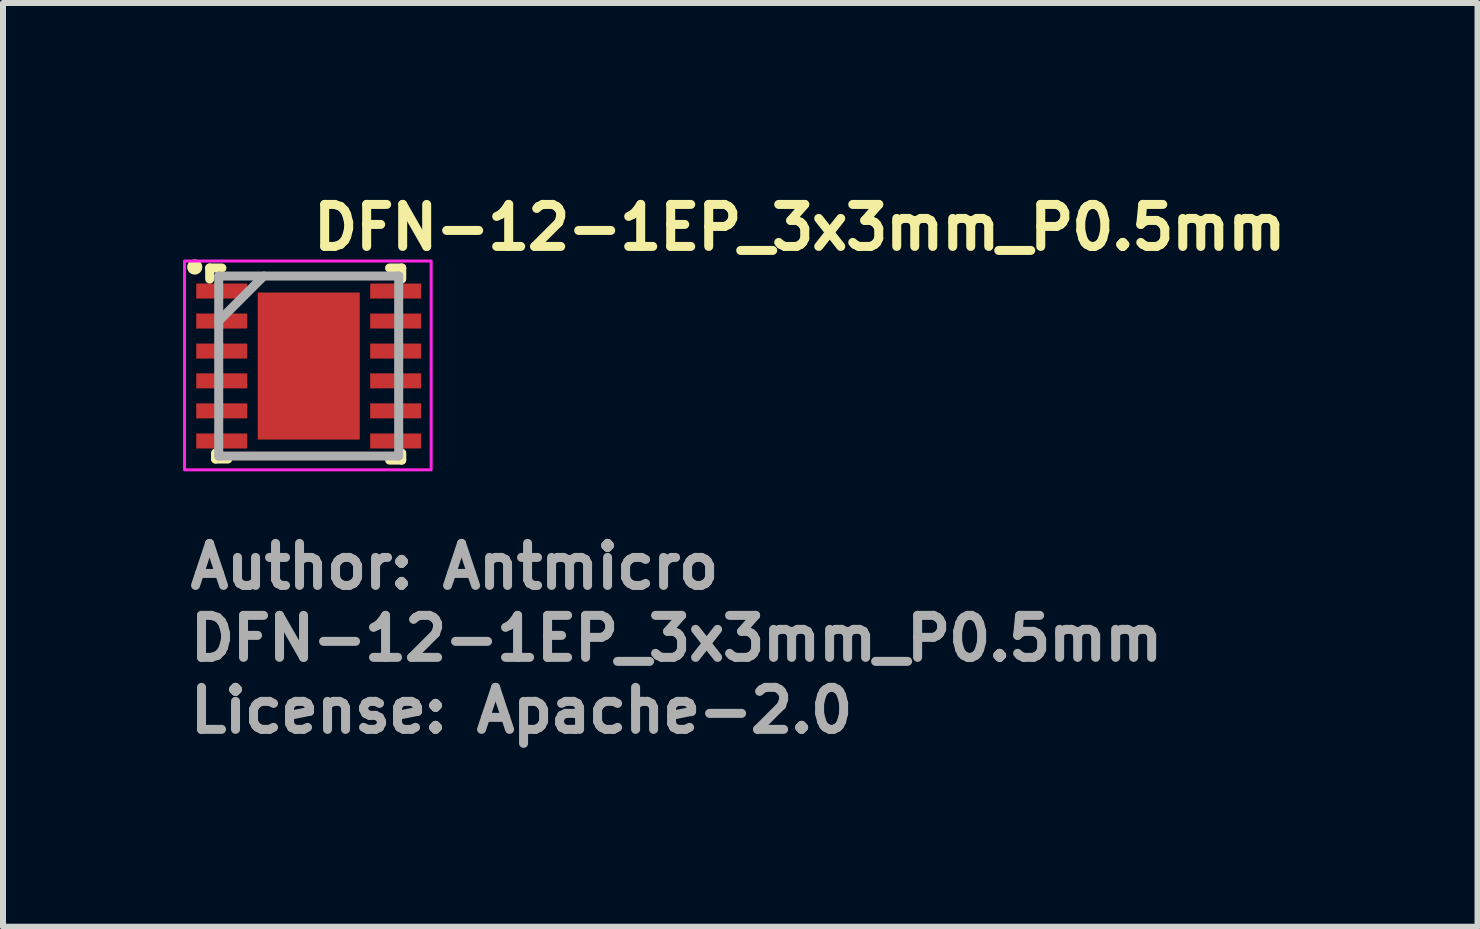
<source format=kicad_pcb>
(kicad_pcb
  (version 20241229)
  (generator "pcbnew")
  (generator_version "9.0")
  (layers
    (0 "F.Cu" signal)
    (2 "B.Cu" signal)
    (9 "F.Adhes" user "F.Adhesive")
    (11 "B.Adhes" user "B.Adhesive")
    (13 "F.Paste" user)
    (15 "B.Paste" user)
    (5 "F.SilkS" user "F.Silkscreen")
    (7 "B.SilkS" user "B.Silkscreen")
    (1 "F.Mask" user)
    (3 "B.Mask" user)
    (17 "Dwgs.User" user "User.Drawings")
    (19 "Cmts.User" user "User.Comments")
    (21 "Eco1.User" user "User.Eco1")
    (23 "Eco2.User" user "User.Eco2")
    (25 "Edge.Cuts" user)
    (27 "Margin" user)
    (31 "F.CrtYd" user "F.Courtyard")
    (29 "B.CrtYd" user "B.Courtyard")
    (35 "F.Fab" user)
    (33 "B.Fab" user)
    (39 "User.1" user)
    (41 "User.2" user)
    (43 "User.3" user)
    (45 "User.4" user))
  (footprint "DFN-12-1EP_3x3mm_P0.5mm"
    (layer "F.Cu")
    (at 2.095 3.05)
    (property "Reference" "DFN-12-1EP_3x3mm_P0.5mm" (at 0 -1.9 0) (layer "F.SilkS") (effects (font (size 0.7 0.7) (thickness 0.15)) (justify left bottom)))
    (attr smd)
    (fp_line (start -1.651 -1.634) (end -1.651 -1.45) (stroke (width 0.15) (type solid)) (layer "F.SilkS"))
    (fp_line (start -1.651 -1.634) (end -1.447 -1.634) (stroke (width 0.15) (type solid)) (layer "F.SilkS"))
    (fp_line (start -1.553 1.55) (end -1.553 1.45) (stroke (width 0.15) (type solid)) (layer "F.SilkS"))
    (fp_line (start -1.35 1.55) (end -1.553 1.55) (stroke (width 0.15) (type solid)) (layer "F.SilkS"))
    (fp_line (start 1.55 -1.634) (end 1.347 -1.634) (stroke (width 0.15) (type solid)) (layer "F.SilkS"))
    (fp_line (start 1.55 -1.634) (end 1.55 -1.45) (stroke (width 0.15) (type solid)) (layer "F.SilkS"))
    (fp_line (start 1.55 1.567) (end 1.347 1.567) (stroke (width 0.15) (type solid)) (layer "F.SilkS"))
    (fp_line (start 1.55 1.567) (end 1.55 1.45) (stroke (width 0.15) (type solid)) (layer "F.SilkS"))
    (fp_circle (center -1.9 -1.65) (end -1.849 -1.65) (stroke (width 0.15) (type solid)) (fill yes) (layer "F.SilkS"))
    (fp_rect (start -0.725 -1) (end -0.176 -0.201) (stroke (width 0.05) (type solid)) (fill yes) (layer "F.Paste"))
    (fp_rect (start -0.725 0.2) (end -0.176 0.999) (stroke (width 0.05) (type solid)) (fill yes) (layer "F.Paste"))
    (fp_rect (start 0.175 -1) (end 0.724 -0.201) (stroke (width 0.05) (type solid)) (fill yes) (layer "F.Paste"))
    (fp_rect (start 0.175 0.2) (end 0.724 0.999) (stroke (width 0.05) (type solid)) (fill yes) (layer "F.Paste"))
    (fp_rect (start -2.07 -1.75) (end 2.04 1.73) (stroke (width 0.05) (type solid)) (fill no) (layer "F.CrtYd"))
    (fp_line (start -1.5 -1.5) (end 1.499 -1.5) (stroke (width 0.15) (type solid)) (layer "F.Fab"))
    (fp_line (start -1.5 -0.75) (end -0.75 -1.5) (stroke (width 0.15) (type solid)) (layer "F.Fab"))
    (fp_line (start -1.5 1.499) (end -1.5 -1.5) (stroke (width 0.15) (type solid)) (layer "F.Fab"))
    (fp_line (start 1.499 -1.5) (end 1.499 1.499) (stroke (width 0.15) (type solid)) (layer "F.Fab"))
    (fp_line (start 1.499 1.499) (end -1.5 1.499) (stroke (width 0.15) (type solid)) (layer "F.Fab"))
    (fp_rect (start -1.551 -1.5) (end 1.55 1.499) (stroke (width 0.1) (type solid)) (fill no) (layer "User.5"))
    (fp_rect (start -1.551 -1.5) (end 1.55 1.499) (stroke (width 0.1) (type solid)) (fill no) (layer "User.5"))
    (fp_line (start -1.551 -1.365) (end -1.5 -1.365) (stroke (width 0.02) (type solid)) (layer "User.9"))
    (fp_line (start -1.551 -1.135) (end -1.551 -1.365) (stroke (width 0.02) (type solid)) (layer "User.9"))
    (fp_line (start -1.551 -1.135) (end -1.5 -1.135) (stroke (width 0.02) (type solid)) (layer "User.9"))
    (fp_line (start -1.551 -0.865) (end -1.5 -0.865) (stroke (width 0.02) (type solid)) (layer "User.9"))
    (fp_line (start -1.551 -0.635) (end -1.551 -0.865) (stroke (width 0.02) (type solid)) (layer "User.9"))
    (fp_line (start -1.551 -0.635) (end -1.5 -0.635) (stroke (width 0.02) (type solid)) (layer "User.9"))
    (fp_line (start -1.551 -0.365) (end -1.5 -0.365) (stroke (width 0.02) (type solid)) (layer "User.9"))
    (fp_line (start -1.551 -0.138) (end -1.551 -0.365) (stroke (width 0.02) (type solid)) (layer "User.9"))
    (fp_line (start -1.551 -0.138) (end -1.5 -0.138) (stroke (width 0.02) (type solid)) (layer "User.9"))
    (fp_line (start -1.551 0.135) (end -1.5 0.135) (stroke (width 0.02) (type solid)) (layer "User.9"))
    (fp_line (start -1.551 0.362) (end -1.551 0.135) (stroke (width 0.02) (type solid)) (layer "User.9"))
    (fp_line (start -1.551 0.362) (end -1.5 0.362) (stroke (width 0.02) (type solid)) (layer "User.9"))
    (fp_line (start -1.551 0.632) (end -1.5 0.632) (stroke (width 0.02) (type solid)) (layer "User.9"))
    (fp_line (start -1.551 0.862) (end -1.551 0.632) (stroke (width 0.02) (type solid)) (layer "User.9"))
    (fp_line (start -1.551 0.862) (end -1.5 0.862) (stroke (width 0.02) (type solid)) (layer "User.9"))
    (fp_line (start -1.551 1.134) (end -1.5 1.134) (stroke (width 0.02) (type solid)) (layer "User.9"))
    (fp_line (start -1.551 1.296) (end -1.602 1.296) (stroke (width 0.02) (type solid)) (layer "User.9"))
    (fp_line (start -1.551 1.364) (end -1.551 1.134) (stroke (width 0.02) (type solid)) (layer "User.9"))
    (fp_line (start -1.551 1.364) (end -1.5 1.364) (stroke (width 0.02) (type solid)) (layer "User.9"))
    (fp_line (start -1.5 -1.5) (end 1.499 -1.5) (stroke (width 0.02) (type solid)) (layer "User.9"))
    (fp_line (start -1.5 1.499) (end -1.5 -1.5) (stroke (width 0.02) (type solid)) (layer "User.9"))
    (fp_line (start -1.5 1.499) (end 1.499 1.499) (stroke (width 0.02) (type solid)) (layer "User.9"))
    (fp_line (start -1.313 -1.145) (end -1.313 -1.135) (stroke (width 0.02) (type solid)) (layer "User.9"))
    (fp_line (start -1.313 -1.135) (end -1.313 -1.125) (stroke (width 0.02) (type solid)) (layer "User.9"))
    (fp_line (start -1.313 -1.125) (end -1.313 -1.125) (stroke (width 0.02) (type solid)) (layer "User.9"))
    (fp_line (start -1.313 -1.125) (end -1.313 -1.117) (stroke (width 0.02) (type solid)) (layer "User.9"))
    (fp_line (start -1.313 -1.117) (end -1.313 -1.107) (stroke (width 0.02) (type solid)) (layer "User.9"))
    (fp_line (start -1.313 -1.107) (end -1.311 -1.097) (stroke (width 0.02) (type solid)) (layer "User.9"))
    (fp_line (start -1.311 -1.154) (end -1.313 -1.145) (stroke (width 0.02) (type solid)) (layer "User.9"))
    (fp_line (start -1.311 -1.097) (end -1.309 -1.089) (stroke (width 0.02) (type solid)) (layer "User.9"))
    (fp_line (start -1.309 -1.164) (end -1.311 -1.154) (stroke (width 0.02) (type solid)) (layer "User.9"))
    (fp_line (start -1.309 -1.089) (end -1.307 -1.079) (stroke (width 0.02) (type solid)) (layer "User.9"))
    (fp_line (start -1.307 -1.172) (end -1.309 -1.164) (stroke (width 0.02) (type solid)) (layer "User.9"))
    (fp_line (start -1.307 -1.079) (end -1.305 -1.071) (stroke (width 0.02) (type solid)) (layer "User.9"))
    (fp_line (start -1.305 -1.182) (end -1.307 -1.172) (stroke (width 0.02) (type solid)) (layer "User.9"))
    (fp_line (start -1.305 -1.071) (end -1.303 -1.061) (stroke (width 0.02) (type solid)) (layer "User.9"))
    (fp_line (start -1.303 -1.19) (end -1.305 -1.182) (stroke (width 0.02) (type solid)) (layer "User.9"))
    (fp_line (start -1.303 -1.061) (end -1.299 -1.053) (stroke (width 0.02) (type solid)) (layer "User.9"))
    (fp_line (start -1.299 -1.198) (end -1.303 -1.19) (stroke (width 0.02) (type solid)) (layer "User.9"))
    (fp_line (start -1.299 -1.053) (end -1.295 -1.045) (stroke (width 0.02) (type solid)) (layer "User.9"))
    (fp_line (start -1.295 -1.208) (end -1.299 -1.198) (stroke (width 0.02) (type solid)) (layer "User.9"))
    (fp_line (start -1.295 -1.045) (end -1.291 -1.037) (stroke (width 0.02) (type solid)) (layer "User.9"))
    (fp_line (start -1.291 -1.216) (end -1.295 -1.208) (stroke (width 0.02) (type solid)) (layer "User.9"))
    (fp_line (start -1.291 -1.037) (end -1.287 -1.029) (stroke (width 0.02) (type solid)) (layer "User.9"))
    (fp_line (start -1.287 -1.224) (end -1.291 -1.216) (stroke (width 0.02) (type solid)) (layer "User.9"))
    (fp_line (start -1.287 -1.029) (end -1.281 -1.022) (stroke (width 0.02) (type solid)) (layer "User.9"))
    (fp_line (start -1.281 -1.23) (end -1.287 -1.224) (stroke (width 0.02) (type solid)) (layer "User.9"))
    (fp_line (start -1.281 -1.022) (end -1.276 -1.014) (stroke (width 0.02) (type solid)) (layer "User.9"))
    (fp_line (start -1.276 -1.238) (end -1.281 -1.23) (stroke (width 0.02) (type solid)) (layer "User.9"))
    (fp_line (start -1.276 -1.014) (end -1.27 -1.006) (stroke (width 0.02) (type solid)) (layer "User.9"))
    (fp_line (start -1.27 -1.246) (end -1.276 -1.238) (stroke (width 0.02) (type solid)) (layer "User.9"))
    (fp_line (start -1.27 -1.006) (end -1.264 -0.999) (stroke (width 0.02) (type solid)) (layer "User.9"))
    (fp_line (start -1.264 -1.252) (end -1.27 -1.246) (stroke (width 0.02) (type solid)) (layer "User.9"))
    (fp_line (start -1.264 -0.999) (end -1.258 -0.993) (stroke (width 0.02) (type solid)) (layer "User.9"))
    (fp_line (start -1.258 -1.258) (end -1.264 -1.252) (stroke (width 0.02) (type solid)) (layer "User.9"))
    (fp_line (start -1.258 -0.993) (end -1.252 -0.987) (stroke (width 0.02) (type solid)) (layer "User.9"))
    (fp_line (start -1.252 -1.264) (end -1.258 -1.258) (stroke (width 0.02) (type solid)) (layer "User.9"))
    (fp_line (start -1.252 -0.987) (end -1.246 -0.981) (stroke (width 0.02) (type solid)) (layer "User.9"))
    (fp_line (start -1.246 -1.27) (end -1.252 -1.264) (stroke (width 0.02) (type solid)) (layer "User.9"))
    (fp_line (start -1.246 -0.981) (end -1.238 -0.975) (stroke (width 0.02) (type solid)) (layer "User.9"))
    (fp_line (start -1.238 -1.276) (end -1.246 -1.27) (stroke (width 0.02) (type solid)) (layer "User.9"))
    (fp_line (start -1.238 -0.975) (end -1.23 -0.97) (stroke (width 0.02) (type solid)) (layer "User.9"))
    (fp_line (start -1.23 -1.281) (end -1.238 -1.276) (stroke (width 0.02) (type solid)) (layer "User.9"))
    (fp_line (start -1.23 -0.97) (end -1.224 -0.965) (stroke (width 0.02) (type solid)) (layer "User.9"))
    (fp_line (start -1.224 -1.287) (end -1.23 -1.281) (stroke (width 0.02) (type solid)) (layer "User.9"))
    (fp_line (start -1.224 -0.965) (end -1.216 -0.961) (stroke (width 0.02) (type solid)) (layer "User.9"))
    (fp_line (start -1.216 -1.291) (end -1.224 -1.287) (stroke (width 0.02) (type solid)) (layer "User.9"))
    (fp_line (start -1.216 -0.961) (end -1.208 -0.958) (stroke (width 0.02) (type solid)) (layer "User.9"))
    (fp_line (start -1.208 -1.295) (end -1.216 -1.291) (stroke (width 0.02) (type solid)) (layer "User.9"))
    (fp_line (start -1.208 -0.958) (end -1.198 -0.955) (stroke (width 0.02) (type solid)) (layer "User.9"))
    (fp_line (start -1.198 -1.299) (end -1.208 -1.295) (stroke (width 0.02) (type solid)) (layer "User.9"))
    (fp_line (start -1.198 -0.955) (end -1.19 -0.951) (stroke (width 0.02) (type solid)) (layer "User.9"))
    (fp_line (start -1.19 -1.303) (end -1.198 -1.299) (stroke (width 0.02) (type solid)) (layer "User.9"))
    (fp_line (start -1.19 -0.951) (end -1.182 -0.948) (stroke (width 0.02) (type solid)) (layer "User.9"))
    (fp_line (start -1.182 -1.305) (end -1.19 -1.303) (stroke (width 0.02) (type solid)) (layer "User.9"))
    (fp_line (start -1.182 -0.948) (end -1.172 -0.946) (stroke (width 0.02) (type solid)) (layer "User.9"))
    (fp_line (start -1.172 -1.307) (end -1.182 -1.305) (stroke (width 0.02) (type solid)) (layer "User.9"))
    (fp_line (start -1.172 -0.946) (end -1.164 -0.944) (stroke (width 0.02) (type solid)) (layer "User.9"))
    (fp_line (start -1.164 -1.309) (end -1.172 -1.307) (stroke (width 0.02) (type solid)) (layer "User.9"))
    (fp_line (start -1.164 -0.944) (end -1.154 -0.942) (stroke (width 0.02) (type solid)) (layer "User.9"))
    (fp_line (start -1.154 -1.311) (end -1.164 -1.309) (stroke (width 0.02) (type solid)) (layer "User.9"))
    (fp_line (start -1.154 -0.942) (end -1.145 -0.941) (stroke (width 0.02) (type solid)) (layer "User.9"))
    (fp_line (start -1.145 -1.313) (end -1.154 -1.311) (stroke (width 0.02) (type solid)) (layer "User.9"))
    (fp_line (start -1.145 -0.941) (end -1.135 -0.94) (stroke (width 0.02) (type solid)) (layer "User.9"))
    (fp_line (start -1.135 -1.313) (end -1.145 -1.313) (stroke (width 0.02) (type solid)) (layer "User.9"))
    (fp_line (start -1.135 -0.94) (end -1.125 -0.94) (stroke (width 0.02) (type solid)) (layer "User.9"))
    (fp_line (start -1.125 -1.313) (end -1.135 -1.313) (stroke (width 0.02) (type solid)) (layer "User.9"))
    (fp_line (start -1.125 -1.313) (end -1.125 -1.313) (stroke (width 0.02) (type solid)) (layer "User.9"))
    (fp_line (start -1.125 -0.94) (end -1.125 -0.94) (stroke (width 0.02) (type solid)) (layer "User.9"))
    (fp_line (start -1.125 -0.94) (end -1.117 -0.94) (stroke (width 0.02) (type solid)) (layer "User.9"))
    (fp_line (start -1.117 -1.313) (end -1.125 -1.313) (stroke (width 0.02) (type solid)) (layer "User.9"))
    (fp_line (start -1.117 -0.94) (end -1.107 -0.941) (stroke (width 0.02) (type solid)) (layer "User.9"))
    (fp_line (start -1.107 -1.313) (end -1.117 -1.313) (stroke (width 0.02) (type solid)) (layer "User.9"))
    (fp_line (start -1.107 -0.941) (end -1.097 -0.942) (stroke (width 0.02) (type solid)) (layer "User.9"))
    (fp_line (start -1.097 -1.311) (end -1.107 -1.313) (stroke (width 0.02) (type solid)) (layer "User.9"))
    (fp_line (start -1.097 -0.942) (end -1.089 -0.944) (stroke (width 0.02) (type solid)) (layer "User.9"))
    (fp_line (start -1.089 -1.309) (end -1.097 -1.311) (stroke (width 0.02) (type solid)) (layer "User.9"))
    (fp_line (start -1.089 -0.944) (end -1.079 -0.946) (stroke (width 0.02) (type solid)) (layer "User.9"))
    (fp_line (start -1.079 -1.307) (end -1.089 -1.309) (stroke (width 0.02) (type solid)) (layer "User.9"))
    (fp_line (start -1.079 -0.946) (end -1.071 -0.948) (stroke (width 0.02) (type solid)) (layer "User.9"))
    (fp_line (start -1.071 -1.305) (end -1.079 -1.307) (stroke (width 0.02) (type solid)) (layer "User.9"))
    (fp_line (start -1.071 -0.948) (end -1.061 -0.951) (stroke (width 0.02) (type solid)) (layer "User.9"))
    (fp_line (start -1.061 -1.303) (end -1.071 -1.305) (stroke (width 0.02) (type solid)) (layer "User.9"))
    (fp_line (start -1.061 -0.951) (end -1.053 -0.955) (stroke (width 0.02) (type solid)) (layer "User.9"))
    (fp_line (start -1.053 -1.299) (end -1.061 -1.303) (stroke (width 0.02) (type solid)) (layer "User.9"))
    (fp_line (start -1.053 -0.955) (end -1.045 -0.958) (stroke (width 0.02) (type solid)) (layer "User.9"))
    (fp_line (start -1.045 -1.295) (end -1.053 -1.299) (stroke (width 0.02) (type solid)) (layer "User.9"))
    (fp_line (start -1.045 -0.958) (end -1.037 -0.961) (stroke (width 0.02) (type solid)) (layer "User.9"))
    (fp_line (start -1.037 -1.291) (end -1.045 -1.295) (stroke (width 0.02) (type solid)) (layer "User.9"))
    (fp_line (start -1.037 -0.961) (end -1.029 -0.965) (stroke (width 0.02) (type solid)) (layer "User.9"))
    (fp_line (start -1.029 -1.287) (end -1.037 -1.291) (stroke (width 0.02) (type solid)) (layer "User.9"))
    (fp_line (start -1.029 -0.965) (end -1.022 -0.97) (stroke (width 0.02) (type solid)) (layer "User.9"))
    (fp_line (start -1.022 -1.281) (end -1.029 -1.287) (stroke (width 0.02) (type solid)) (layer "User.9"))
    (fp_line (start -1.022 -0.97) (end -1.014 -0.975) (stroke (width 0.02) (type solid)) (layer "User.9"))
    (fp_line (start -1.014 -1.276) (end -1.022 -1.281) (stroke (width 0.02) (type solid)) (layer "User.9"))
    (fp_line (start -1.014 -0.975) (end -1.006 -0.981) (stroke (width 0.02) (type solid)) (layer "User.9"))
    (fp_line (start -1.006 -1.27) (end -1.014 -1.276) (stroke (width 0.02) (type solid)) (layer "User.9"))
    (fp_line (start -1.006 -0.981) (end -0.999 -0.987) (stroke (width 0.02) (type solid)) (layer "User.9"))
    (fp_line (start -0.999 -1.264) (end -1.006 -1.27) (stroke (width 0.02) (type solid)) (layer "User.9"))
    (fp_line (start -0.999 -0.987) (end -0.993 -0.993) (stroke (width 0.02) (type solid)) (layer "User.9"))
    (fp_line (start -0.993 -1.258) (end -0.999 -1.264) (stroke (width 0.02) (type solid)) (layer "User.9"))
    (fp_line (start -0.993 -0.993) (end -0.987 -0.999) (stroke (width 0.02) (type solid)) (layer "User.9"))
    (fp_line (start -0.987 -1.252) (end -0.993 -1.258) (stroke (width 0.02) (type solid)) (layer "User.9"))
    (fp_line (start -0.987 -0.999) (end -0.981 -1.006) (stroke (width 0.02) (type solid)) (layer "User.9"))
    (fp_line (start -0.981 -1.246) (end -0.987 -1.252) (stroke (width 0.02) (type solid)) (layer "User.9"))
    (fp_line (start -0.981 -1.006) (end -0.975 -1.014) (stroke (width 0.02) (type solid)) (layer "User.9"))
    (fp_line (start -0.975 -1.238) (end -0.981 -1.246) (stroke (width 0.02) (type solid)) (layer "User.9"))
    (fp_line (start -0.975 -1.014) (end -0.97 -1.022) (stroke (width 0.02) (type solid)) (layer "User.9"))
    (fp_line (start -0.97 -1.23) (end -0.975 -1.238) (stroke (width 0.02) (type solid)) (layer "User.9"))
    (fp_line (start -0.97 -1.022) (end -0.965 -1.029) (stroke (width 0.02) (type solid)) (layer "User.9"))
    (fp_line (start -0.965 -1.224) (end -0.97 -1.23) (stroke (width 0.02) (type solid)) (layer "User.9"))
    (fp_line (start -0.965 -1.029) (end -0.961 -1.037) (stroke (width 0.02) (type solid)) (layer "User.9"))
    (fp_line (start -0.961 -1.216) (end -0.965 -1.224) (stroke (width 0.02) (type solid)) (layer "User.9"))
    (fp_line (start -0.961 -1.037) (end -0.958 -1.045) (stroke (width 0.02) (type solid)) (layer "User.9"))
    (fp_line (start -0.958 -1.208) (end -0.961 -1.216) (stroke (width 0.02) (type solid)) (layer "User.9"))
    (fp_line (start -0.958 -1.045) (end -0.955 -1.053) (stroke (width 0.02) (type solid)) (layer "User.9"))
    (fp_line (start -0.955 -1.198) (end -0.958 -1.208) (stroke (width 0.02) (type solid)) (layer "User.9"))
    (fp_line (start -0.955 -1.053) (end -0.951 -1.061) (stroke (width 0.02) (type solid)) (layer "User.9"))
    (fp_line (start -0.951 -1.19) (end -0.955 -1.198) (stroke (width 0.02) (type solid)) (layer "User.9"))
    (fp_line (start -0.951 -1.061) (end -0.948 -1.071) (stroke (width 0.02) (type solid)) (layer "User.9"))
    (fp_line (start -0.948 -1.182) (end -0.951 -1.19) (stroke (width 0.02) (type solid)) (layer "User.9"))
    (fp_line (start -0.948 -1.071) (end -0.946 -1.079) (stroke (width 0.02) (type solid)) (layer "User.9"))
    (fp_line (start -0.946 -1.172) (end -0.948 -1.182) (stroke (width 0.02) (type solid)) (layer "User.9"))
    (fp_line (start -0.946 -1.079) (end -0.944 -1.089) (stroke (width 0.02) (type solid)) (layer "User.9"))
    (fp_line (start -0.944 -1.164) (end -0.946 -1.172) (stroke (width 0.02) (type solid)) (layer "User.9"))
    (fp_line (start -0.944 -1.089) (end -0.942 -1.097) (stroke (width 0.02) (type solid)) (layer "User.9"))
    (fp_line (start -0.942 -1.154) (end -0.944 -1.164) (stroke (width 0.02) (type solid)) (layer "User.9"))
    (fp_line (start -0.942 -1.097) (end -0.941 -1.107) (stroke (width 0.02) (type solid)) (layer "User.9"))
    (fp_line (start -0.941 -1.145) (end -0.942 -1.154) (stroke (width 0.02) (type solid)) (layer "User.9"))
    (fp_line (start -0.941 -1.107) (end -0.94 -1.117) (stroke (width 0.02) (type solid)) (layer "User.9"))
    (fp_line (start -0.94 -1.135) (end -0.941 -1.145) (stroke (width 0.02) (type solid)) (layer "User.9"))
    (fp_line (start -0.94 -1.125) (end -0.94 -1.135) (stroke (width 0.02) (type solid)) (layer "User.9"))
    (fp_line (start -0.94 -1.125) (end -0.94 -1.125) (stroke (width 0.02) (type solid)) (layer "User.9"))
    (fp_line (start -0.94 -1.125) (end -0.94 -1.125) (stroke (width 0.02) (type solid)) (layer "User.9"))
    (fp_line (start -0.94 -1.117) (end -0.94 -1.125) (stroke (width 0.02) (type solid)) (layer "User.9"))
    (fp_line (start 1.499 1.499) (end 1.499 -1.5) (stroke (width 0.02) (type solid)) (layer "User.9"))
    (fp_line (start 1.55 -1.365) (end 1.499 -1.365) (stroke (width 0.02) (type solid)) (layer "User.9"))
    (fp_line (start 1.55 -1.135) (end 1.499 -1.135) (stroke (width 0.02) (type solid)) (layer "User.9"))
    (fp_line (start 1.55 -1.135) (end 1.55 -1.365) (stroke (width 0.02) (type solid)) (layer "User.9"))
    (fp_line (start 1.55 -0.865) (end 1.499 -0.865) (stroke (width 0.02) (type solid)) (layer "User.9"))
    (fp_line (start 1.55 -0.635) (end 1.499 -0.635) (stroke (width 0.02) (type solid)) (layer "User.9"))
    (fp_line (start 1.55 -0.635) (end 1.55 -0.865) (stroke (width 0.02) (type solid)) (layer "User.9"))
    (fp_line (start 1.55 -0.365) (end 1.499 -0.365) (stroke (width 0.02) (type solid)) (layer "User.9"))
    (fp_line (start 1.55 -0.138) (end 1.499 -0.138) (stroke (width 0.02) (type solid)) (layer "User.9"))
    (fp_line (start 1.55 -0.138) (end 1.55 -0.365) (stroke (width 0.02) (type solid)) (layer "User.9"))
    (fp_line (start 1.55 0.135) (end 1.499 0.135) (stroke (width 0.02) (type solid)) (layer "User.9"))
    (fp_line (start 1.55 0.362) (end 1.499 0.362) (stroke (width 0.02) (type solid)) (layer "User.9"))
    (fp_line (start 1.55 0.362) (end 1.55 0.135) (stroke (width 0.02) (type solid)) (layer "User.9"))
    (fp_line (start 1.55 0.632) (end 1.499 0.632) (stroke (width 0.02) (type solid)) (layer "User.9"))
    (fp_line (start 1.55 0.862) (end 1.499 0.862) (stroke (width 0.02) (type solid)) (layer "User.9"))
    (fp_line (start 1.55 0.862) (end 1.55 0.632) (stroke (width 0.02) (type solid)) (layer "User.9"))
    (fp_line (start 1.55 1.134) (end 1.499 1.134) (stroke (width 0.02) (type solid)) (layer "User.9"))
    (fp_line (start 1.55 1.364) (end 1.499 1.364) (stroke (width 0.02) (type solid)) (layer "User.9"))
    (fp_line (start 1.55 1.364) (end 1.55 1.134) (stroke (width 0.02) (type solid)) (layer "User.9"))
    (fp_text user "License: Apache-2.0" (at -2.052 6.148 0) (layer "F.Fab") (effects (font (size 0.7 0.7) (thickness 0.15)) (justify left bottom)))
    (fp_text user "Author: Antmicro" (at -2.052 3.749 0) (layer "F.Fab") (effects (font (size 0.7 0.7) (thickness 0.15)) (justify left bottom)))
    (fp_text user "${REFERENCE}" (at -2.052 4.948 0) (layer "F.Fab") (effects (font (size 0.7 0.7) (thickness 0.15)) (justify left bottom)))
    (pad "1" smd rect (at -1.45 -1.25 90) (size 0.25 0.85) (layers "F.Cu" "F.Mask" "F.Paste"))
    (pad "2" smd rect (at -1.45 -0.75 90) (size 0.25 0.85) (layers "F.Cu" "F.Mask" "F.Paste"))
    (pad "3" smd rect (at -1.45 -0.25 90) (size 0.25 0.85) (layers "F.Cu" "F.Mask" "F.Paste"))
    (pad "4" smd rect (at -1.45 0.247 90) (size 0.25 0.85) (layers "F.Cu" "F.Mask" "F.Paste"))
    (pad "5" smd rect (at -1.45 0.747 90) (size 0.25 0.85) (layers "F.Cu" "F.Mask" "F.Paste"))
    (pad "6" smd rect (at -1.45 1.249 90) (size 0.25 0.85) (layers "F.Cu" "F.Mask" "F.Paste"))
    (pad "7" smd rect (at 1.449 1.249 90) (size 0.25 0.85) (layers "F.Cu" "F.Mask" "F.Paste"))
    (pad "8" smd rect (at 1.449 0.747 90) (size 0.25 0.85) (layers "F.Cu" "F.Mask" "F.Paste"))
    (pad "9" smd rect (at 1.449 0.247 90) (size 0.25 0.85) (layers "F.Cu" "F.Mask" "F.Paste"))
    (pad "10" smd rect (at 1.449 -0.25 90) (size 0.25 0.85) (layers "F.Cu" "F.Mask" "F.Paste"))
    (pad "11" smd rect (at 1.449 -0.75 90) (size 0.25 0.85) (layers "F.Cu" "F.Mask" "F.Paste"))
    (pad "12" smd rect (at 1.449 -1.25 90) (size 0.25 0.85) (layers "F.Cu" "F.Mask" "F.Paste"))
    (pad "13" smd rect (at 0 0) (size 1.7 2.45) (layers "F.Cu" "F.Mask")))
  (gr_rect
    (start -3 -3)
    (end 21.572 12.393)
    (stroke (width 0.1) (type default))
    (fill no)
    (layer "Edge.Cuts")))
</source>
